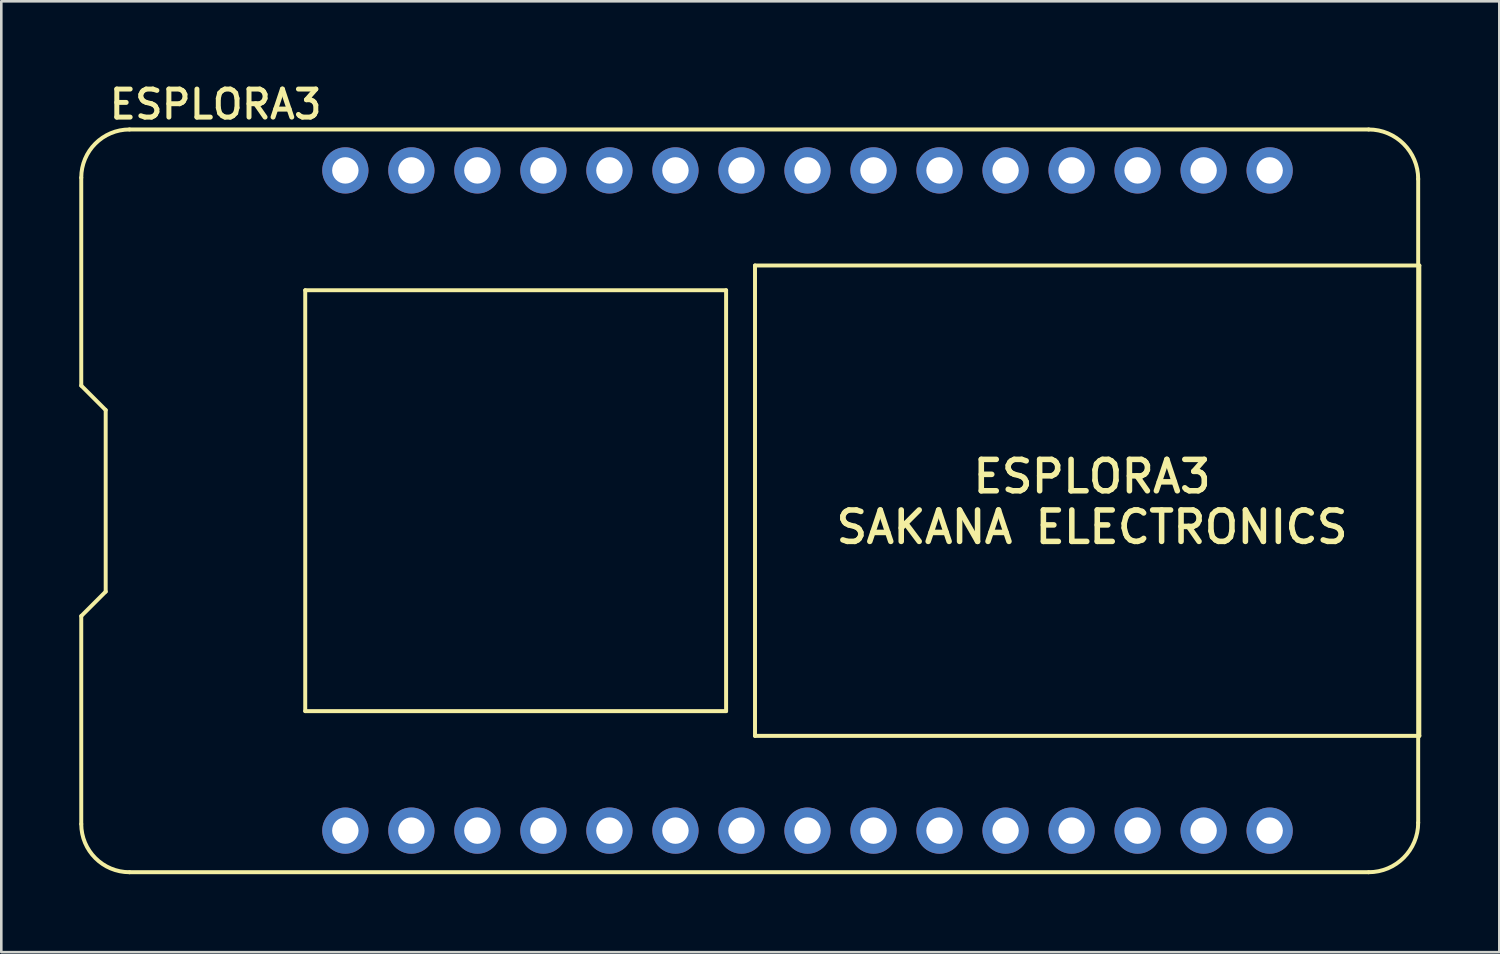
<source format=kicad_pcb>
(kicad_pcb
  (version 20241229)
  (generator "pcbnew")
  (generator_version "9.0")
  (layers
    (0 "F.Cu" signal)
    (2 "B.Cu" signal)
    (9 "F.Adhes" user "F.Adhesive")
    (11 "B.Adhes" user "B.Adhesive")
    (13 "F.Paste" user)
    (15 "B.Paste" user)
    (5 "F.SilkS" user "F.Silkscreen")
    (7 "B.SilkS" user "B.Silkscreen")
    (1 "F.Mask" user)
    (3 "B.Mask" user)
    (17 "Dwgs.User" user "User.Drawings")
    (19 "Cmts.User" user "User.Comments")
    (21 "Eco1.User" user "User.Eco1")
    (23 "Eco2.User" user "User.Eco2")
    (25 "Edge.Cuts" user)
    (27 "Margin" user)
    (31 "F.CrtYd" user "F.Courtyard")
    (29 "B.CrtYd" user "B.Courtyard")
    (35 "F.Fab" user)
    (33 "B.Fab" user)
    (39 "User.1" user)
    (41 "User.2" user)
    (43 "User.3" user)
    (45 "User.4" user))
  (footprint "ESPLORA3"
    (layer "F.Cu")
    (at 26.746 16.206)
    (property "Reference" "ESPLORA3" (at -21.5 -15.24 0) (unlocked yes) (layer "F.SilkS") (effects (font (size 1.079 1.079) (thickness 0.191))))
    (fp_line (start -26.67 -4.42) (end -26.67 -12.421) (stroke (width 0.152) (type solid)) (layer "F.SilkS"))
    (fp_line (start -26.67 4.445) (end -25.73 3.505) (stroke (width 0.152) (type solid)) (layer "F.SilkS"))
    (fp_line (start -26.67 12.446) (end -26.67 4.445) (stroke (width 0.152) (type solid)) (layer "F.SilkS"))
    (fp_line (start -25.73 -3.48) (end -26.67 -4.42) (stroke (width 0.152) (type solid)) (layer "F.SilkS"))
    (fp_line (start -25.73 3.505) (end -25.73 -3.48) (stroke (width 0.152) (type solid)) (layer "F.SilkS"))
    (fp_line (start -24.816 -14.275) (end 22.86 -14.275) (stroke (width 0.152) (type solid)) (layer "F.SilkS"))
    (fp_line (start -18.053 -8.09) (end -1.861 -8.09) (stroke (width 0.152) (type solid)) (layer "F.SilkS"))
    (fp_line (start -18.053 8.103) (end -18.053 -8.09) (stroke (width 0.152) (type solid)) (layer "F.SilkS"))
    (fp_line (start -1.861 -8.09) (end -1.861 8.103) (stroke (width 0.152) (type solid)) (layer "F.SilkS"))
    (fp_line (start -1.861 8.103) (end -18.053 8.103) (stroke (width 0.152) (type solid)) (layer "F.SilkS"))
    (fp_line (start -0.749 -9.042) (end 24.809 -9.042) (stroke (width 0.152) (type solid)) (layer "F.SilkS"))
    (fp_line (start -0.749 9.055) (end -0.749 -9.042) (stroke (width 0.152) (type solid)) (layer "F.SilkS"))
    (fp_line (start 22.86 14.3) (end -24.816 14.3) (stroke (width 0.152) (type solid)) (layer "F.SilkS"))
    (fp_line (start 24.765 -12.37) (end 24.765 12.395) (stroke (width 0.152) (type solid)) (layer "F.SilkS"))
    (fp_line (start 24.809 -9.042) (end 24.809 9.055) (stroke (width 0.152) (type solid)) (layer "F.SilkS"))
    (fp_line (start 24.809 9.055) (end -0.749 9.055) (stroke (width 0.152) (type solid)) (layer "F.SilkS"))
    (fp_arc (start -26.67 -12.4206) (mid -26.126917 -13.731717) (end -24.8158 -14.2748) (stroke (width 0.1524) (type solid)) (layer "F.SilkS"))
    (fp_arc (start -24.8158 14.3002) (mid -26.126917 13.757117) (end -26.67 12.446) (stroke (width 0.1524) (type solid)) (layer "F.SilkS"))
    (fp_arc (start 22.86 -14.2748) (mid 24.207038 -13.716838) (end 24.765 -12.3698) (stroke (width 0.1524) (type solid)) (layer "F.SilkS"))
    (fp_arc (start 24.765 12.3952) (mid 24.207038 13.742238) (end 22.86 14.3002) (stroke (width 0.1524) (type solid)) (layer "F.SilkS"))
    (fp_text user "ESPLORA3\nSAKANA ELECTRONICS" (at 12.217 0.051 0) (unlocked yes) (layer "F.SilkS") (effects (font (size 1.209 1.209) (thickness 0.213))))
    (pad "1" thru_hole circle (at -16.51 12.7 90) (size 1.778 1.778) (drill 1.016) (layers "*.Cu" "*.Mask"))
    (pad "2" thru_hole circle (at -13.97 12.7 90) (size 1.778 1.778) (drill 1.016) (layers "*.Cu" "*.Mask"))
    (pad "3" thru_hole circle (at -11.43 12.7 90) (size 1.778 1.778) (drill 1.016) (layers "*.Cu" "*.Mask"))
    (pad "4" thru_hole circle (at -8.89 12.7 90) (size 1.778 1.778) (drill 1.016) (layers "*.Cu" "*.Mask"))
    (pad "5" thru_hole circle (at -6.35 12.7 90) (size 1.778 1.778) (drill 1.016) (layers "*.Cu" "*.Mask"))
    (pad "6" thru_hole circle (at -3.81 12.7 90) (size 1.778 1.778) (drill 1.016) (layers "*.Cu" "*.Mask"))
    (pad "7" thru_hole circle (at -1.27 12.7 90) (size 1.778 1.778) (drill 1.016) (layers "*.Cu" "*.Mask"))
    (pad "8" thru_hole circle (at 1.27 12.7 90) (size 1.778 1.778) (drill 1.016) (layers "*.Cu" "*.Mask"))
    (pad "9" thru_hole circle (at 3.81 12.7 90) (size 1.778 1.778) (drill 1.016) (layers "*.Cu" "*.Mask"))
    (pad "10" thru_hole circle (at 6.35 12.7 90) (size 1.778 1.778) (drill 1.016) (layers "*.Cu" "*.Mask"))
    (pad "11" thru_hole circle (at 8.89 12.7 90) (size 1.778 1.778) (drill 1.016) (layers "*.Cu" "*.Mask"))
    (pad "12" thru_hole circle (at 11.43 12.7 90) (size 1.778 1.778) (drill 1.016) (layers "*.Cu" "*.Mask"))
    (pad "13" thru_hole circle (at 13.97 12.7 90) (size 1.778 1.778) (drill 1.016) (layers "*.Cu" "*.Mask"))
    (pad "14" thru_hole circle (at 16.51 12.7 90) (size 1.778 1.778) (drill 1.016) (layers "*.Cu" "*.Mask"))
    (pad "15" thru_hole circle (at 19.05 12.7 90) (size 1.778 1.778) (drill 1.016) (layers "*.Cu" "*.Mask"))
    (pad "16" thru_hole circle (at 19.05 -12.7 270) (size 1.778 1.778) (drill 1.016) (layers "*.Cu" "*.Mask"))
    (pad "17" thru_hole circle (at 16.51 -12.7 270) (size 1.778 1.778) (drill 1.016) (layers "*.Cu" "*.Mask"))
    (pad "18" thru_hole circle (at 13.97 -12.7 270) (size 1.778 1.778) (drill 1.016) (layers "*.Cu" "*.Mask"))
    (pad "19" thru_hole circle (at 11.43 -12.7 270) (size 1.778 1.778) (drill 1.016) (layers "*.Cu" "*.Mask"))
    (pad "20" thru_hole circle (at 8.89 -12.7 270) (size 1.778 1.778) (drill 1.016) (layers "*.Cu" "*.Mask"))
    (pad "21" thru_hole circle (at 6.35 -12.7 270) (size 1.778 1.778) (drill 1.016) (layers "*.Cu" "*.Mask"))
    (pad "22" thru_hole circle (at 3.81 -12.7 270) (size 1.778 1.778) (drill 1.016) (layers "*.Cu" "*.Mask"))
    (pad "23" thru_hole circle (at 1.27 -12.7 270) (size 1.778 1.778) (drill 1.016) (layers "*.Cu" "*.Mask"))
    (pad "24" thru_hole circle (at -1.27 -12.7 270) (size 1.778 1.778) (drill 1.016) (layers "*.Cu" "*.Mask"))
    (pad "25" thru_hole circle (at -3.81 -12.7 270) (size 1.778 1.778) (drill 1.016) (layers "*.Cu" "*.Mask"))
    (pad "26" thru_hole circle (at -6.35 -12.7 270) (size 1.778 1.778) (drill 1.016) (layers "*.Cu" "*.Mask"))
    (pad "27" thru_hole circle (at -8.89 -12.7 270) (size 1.778 1.778) (drill 1.016) (layers "*.Cu" "*.Mask"))
    (pad "28" thru_hole circle (at -11.43 -12.7 270) (size 1.778 1.778) (drill 1.016) (layers "*.Cu" "*.Mask"))
    (pad "29" thru_hole circle (at -13.97 -12.7 270) (size 1.778 1.778) (drill 1.016) (layers "*.Cu" "*.Mask"))
    (pad "30" thru_hole circle (at -16.51 -12.7 270) (size 1.778 1.778) (drill 1.016) (layers "*.Cu" "*.Mask")))
  (gr_rect
    (start -3 -3)
    (end 54.632 33.582)
    (stroke (width 0.1) (type default))
    (fill no)
    (layer "Edge.Cuts")))
</source>
